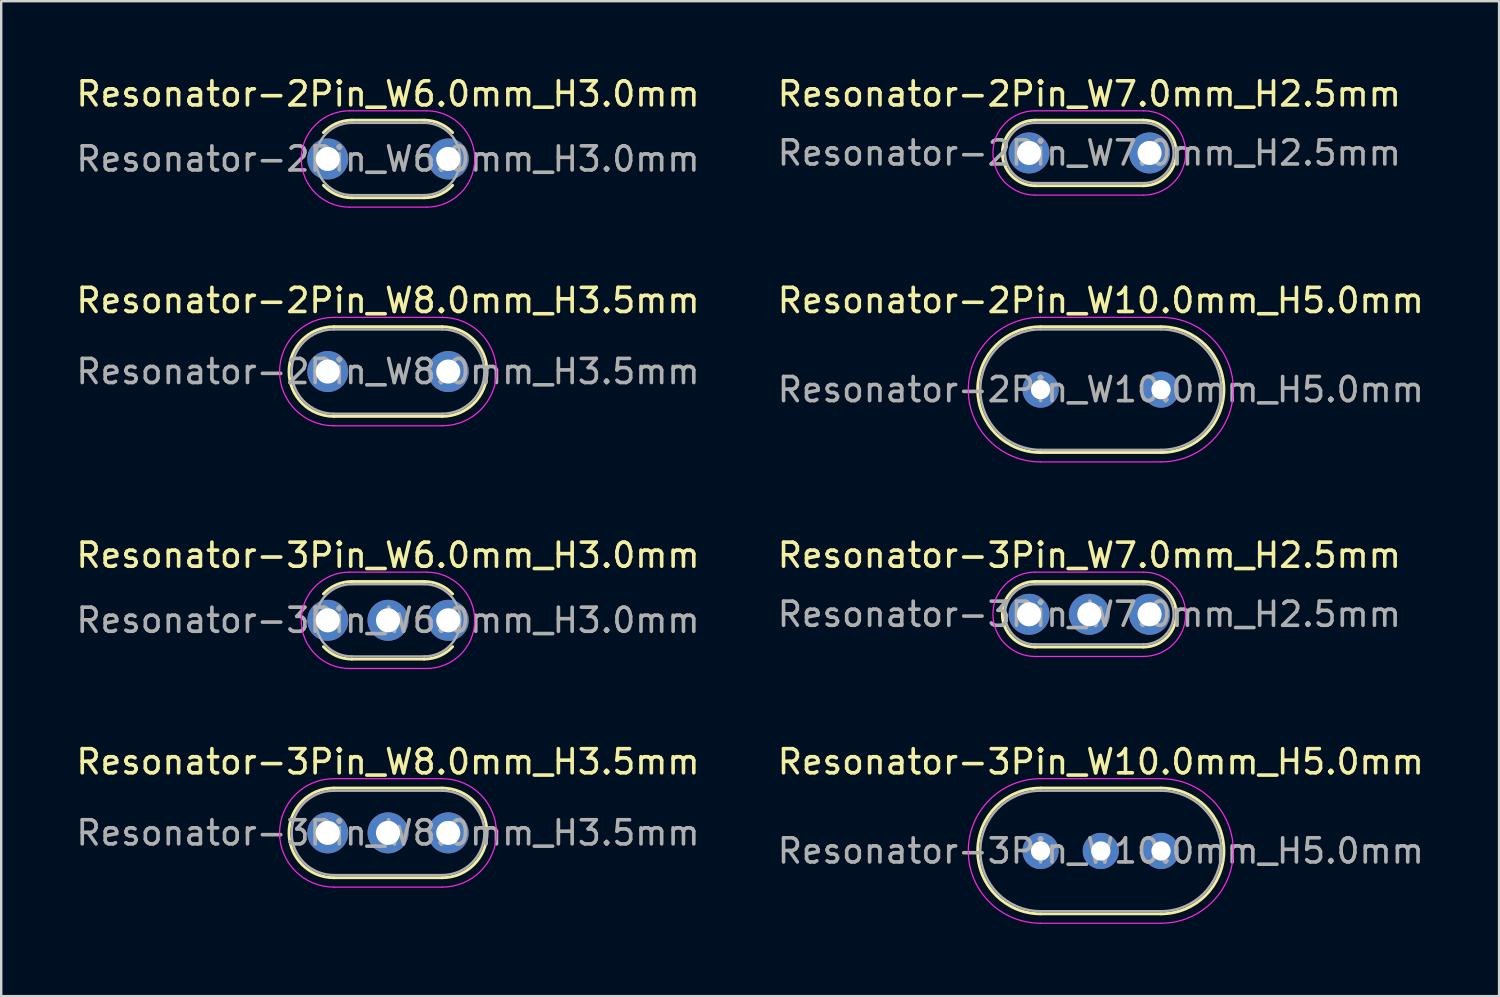
<source format=kicad_pcb>
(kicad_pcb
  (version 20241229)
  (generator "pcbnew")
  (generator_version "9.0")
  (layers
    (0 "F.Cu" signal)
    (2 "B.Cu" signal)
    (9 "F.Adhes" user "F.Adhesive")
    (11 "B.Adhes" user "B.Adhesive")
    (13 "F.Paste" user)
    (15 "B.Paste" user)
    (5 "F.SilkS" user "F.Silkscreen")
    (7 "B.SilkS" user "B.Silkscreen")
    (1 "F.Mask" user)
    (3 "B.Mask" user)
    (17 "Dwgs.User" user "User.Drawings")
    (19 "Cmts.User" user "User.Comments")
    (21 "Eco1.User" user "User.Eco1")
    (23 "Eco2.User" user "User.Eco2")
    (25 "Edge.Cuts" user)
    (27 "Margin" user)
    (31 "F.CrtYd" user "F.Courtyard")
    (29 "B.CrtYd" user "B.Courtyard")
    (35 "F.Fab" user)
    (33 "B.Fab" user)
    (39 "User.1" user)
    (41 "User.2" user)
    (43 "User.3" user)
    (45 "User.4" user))
  (footprint "Resonator-2Pin_W8.0mm_H3.5mm"
    (layer "F.Cu")
    (at 10.554 12.371)
    (property "Reference" "Resonator-2Pin_W8.0mm_H3.5mm" (at 2.5 -2.95 0) (layer "F.SilkS") (effects (font (size 1 1) (thickness 0.15))))
    (attr through_hole)
    (fp_line (start 0.25 -1.86) (end 4.75 -1.86) (stroke (width 0.12) (type solid)) (layer "F.SilkS"))
    (fp_line (start 0.25 1.86) (end 4.75 1.86) (stroke (width 0.12) (type solid)) (layer "F.SilkS"))
    (fp_arc (start 0.25 1.86) (mid -1.61 0) (end 0.25 -1.86) (stroke (width 0.12) (type solid)) (layer "F.SilkS"))
    (fp_arc (start 4.75 -1.86) (mid 6.61 0) (end 4.75 1.86) (stroke (width 0.12) (type solid)) (layer "F.SilkS"))
    (fp_line (start 0.25 -2.25) (end 4.75 -2.25) (stroke (width 0.05) (type solid)) (layer "F.CrtYd"))
    (fp_line (start 0.25 2.25) (end 4.75 2.25) (stroke (width 0.05) (type solid)) (layer "F.CrtYd"))
    (fp_arc (start 0.25 2.25) (mid -2 0) (end 0.25 -2.25) (stroke (width 0.05) (type solid)) (layer "F.CrtYd"))
    (fp_arc (start 4.75 -2.25) (mid 7 0) (end 4.75 2.25) (stroke (width 0.05) (type solid)) (layer "F.CrtYd"))
    (fp_line (start 0.25 -1.75) (end 4.75 -1.75) (stroke (width 0.1) (type solid)) (layer "F.Fab"))
    (fp_line (start 0.25 1.75) (end 4.75 1.75) (stroke (width 0.1) (type solid)) (layer "F.Fab"))
    (fp_arc (start 0.25 1.75) (mid -1.5 0) (end 0.25 -1.75) (stroke (width 0.1) (type solid)) (layer "F.Fab"))
    (fp_arc (start 4.75 -1.75) (mid 6.5 0) (end 4.75 1.75) (stroke (width 0.1) (type solid)) (layer "F.Fab"))
    (fp_text user "${REFERENCE}" (at 2.5 0 0) (layer "F.Fab") (effects (font (size 1 1) (thickness 0.15))))
    (pad "1" thru_hole circle (at 0 0) (size 1.7 1.7) (drill 1) (layers "*.Cu" "*.Mask"))
    (pad "2" thru_hole circle (at 5 0) (size 1.7 1.7) (drill 1) (layers "*.Cu" "*.Mask")))
  (footprint "Resonator-3Pin_W6.0mm_H3.0mm"
    (layer "F.Cu")
    (at 10.554 22.695)
    (property "Reference" "Resonator-3Pin_W6.0mm_H3.0mm" (at 2.5 -2.7 0) (layer "F.SilkS") (effects (font (size 1 1) (thickness 0.15))))
    (attr through_hole)
    (fp_line (start 1 -1.61) (end 4 -1.61) (stroke (width 0.12) (type solid)) (layer "F.SilkS"))
    (fp_line (start 1 1.61) (end 4 1.61) (stroke (width 0.12) (type solid)) (layer "F.SilkS"))
    (fp_arc (start -0.18 -1.095) (mid 0.356084 -1.476037) (end 1 -1.61) (stroke (width 0.12) (type solid)) (layer "F.SilkS"))
    (fp_arc (start 1 1.61) (mid 0.356084 1.476037) (end -0.18 1.095) (stroke (width 0.12) (type solid)) (layer "F.SilkS"))
    (fp_arc (start 4 -1.61) (mid 4.643916 -1.476037) (end 5.18 -1.095) (stroke (width 0.12) (type solid)) (layer "F.SilkS"))
    (fp_arc (start 5.18 1.095) (mid 4.643916 1.476037) (end 4 1.61) (stroke (width 0.12) (type solid)) (layer "F.SilkS"))
    (fp_line (start 0.9 -2) (end 4.1 -2) (stroke (width 0.05) (type solid)) (layer "F.CrtYd"))
    (fp_line (start 0.9 2) (end 4.1 2) (stroke (width 0.05) (type solid)) (layer "F.CrtYd"))
    (fp_arc (start 0.9 2) (mid -1.1 0) (end 0.9 -2) (stroke (width 0.05) (type solid)) (layer "F.CrtYd"))
    (fp_arc (start 4.1 -2) (mid 6.1 0) (end 4.1 2) (stroke (width 0.05) (type solid)) (layer "F.CrtYd"))
    (fp_line (start 1 -1.5) (end 4 -1.5) (stroke (width 0.1) (type solid)) (layer "F.Fab"))
    (fp_line (start 1 1.5) (end 4 1.5) (stroke (width 0.1) (type solid)) (layer "F.Fab"))
    (fp_arc (start 1 1.5) (mid -0.5 0) (end 1 -1.5) (stroke (width 0.1) (type solid)) (layer "F.Fab"))
    (fp_arc (start 4 -1.5) (mid 5.5 0) (end 4 1.5) (stroke (width 0.1) (type solid)) (layer "F.Fab"))
    (fp_text user "${REFERENCE}" (at 2.5 0 0) (layer "F.Fab") (effects (font (size 1 1) (thickness 0.15))))
    (pad "1" thru_hole circle (at 0 0) (size 1.7 1.7) (drill 1) (layers "*.Cu" "*.Mask"))
    (pad "2" thru_hole circle (at 2.5 0) (size 1.7 1.7) (drill 1) (layers "*.Cu" "*.Mask"))
    (pad "3" thru_hole circle (at 5 0) (size 1.7 1.7) (drill 1) (layers "*.Cu" "*.Mask")))
  (footprint "Resonator-2Pin_W10.0mm_H5.0mm"
    (layer "F.Cu")
    (at 40.137 13.121)
    (property "Reference" "Resonator-2Pin_W10.0mm_H5.0mm" (at 2.5 -3.7 0) (layer "F.SilkS") (effects (font (size 1 1) (thickness 0.15))))
    (attr through_hole)
    (fp_line (start 0 -2.61) (end 5 -2.61) (stroke (width 0.12) (type solid)) (layer "F.SilkS"))
    (fp_line (start 0 2.61) (end 5 2.61) (stroke (width 0.12) (type solid)) (layer "F.SilkS"))
    (fp_arc (start 0 2.61) (mid -2.61 0) (end 0 -2.61) (stroke (width 0.12) (type solid)) (layer "F.SilkS"))
    (fp_arc (start 5 -2.61) (mid 7.61 0) (end 5 2.61) (stroke (width 0.12) (type solid)) (layer "F.SilkS"))
    (fp_line (start 0 -3) (end 5 -3) (stroke (width 0.05) (type solid)) (layer "F.CrtYd"))
    (fp_line (start 0 3) (end 5 3) (stroke (width 0.05) (type solid)) (layer "F.CrtYd"))
    (fp_arc (start 0 3) (mid -3 0) (end 0 -3) (stroke (width 0.05) (type solid)) (layer "F.CrtYd"))
    (fp_arc (start 5 -3) (mid 8 0) (end 5 3) (stroke (width 0.05) (type solid)) (layer "F.CrtYd"))
    (fp_line (start 0 -2.5) (end 5 -2.5) (stroke (width 0.1) (type solid)) (layer "F.Fab"))
    (fp_line (start 0 2.5) (end 5 2.5) (stroke (width 0.1) (type solid)) (layer "F.Fab"))
    (fp_arc (start 0 2.5) (mid -2.5 0) (end 0 -2.5) (stroke (width 0.1) (type solid)) (layer "F.Fab"))
    (fp_arc (start 5 -2.5) (mid 7.5 0) (end 5 2.5) (stroke (width 0.1) (type solid)) (layer "F.Fab"))
    (fp_text user "${REFERENCE}" (at 2.5 0 0) (layer "F.Fab") (effects (font (size 1 1) (thickness 0.15))))
    (pad "1" thru_hole circle (at 0 0) (size 1.5 1.5) (drill 0.8) (layers "*.Cu" "*.Mask"))
    (pad "2" thru_hole circle (at 5 0) (size 1.5 1.5) (drill 0.8) (layers "*.Cu" "*.Mask")))
  (footprint "Resonator-3Pin_W7.0mm_H2.5mm"
    (layer "F.Cu")
    (at 39.661 22.445)
    (property "Reference" "Resonator-3Pin_W7.0mm_H2.5mm" (at 2.5 -2.45 0) (layer "F.SilkS") (effects (font (size 1 1) (thickness 0.15))))
    (attr through_hole)
    (fp_line (start 0.25 -1.36) (end 4.75 -1.36) (stroke (width 0.12) (type solid)) (layer "F.SilkS"))
    (fp_line (start 0.25 1.36) (end 4.75 1.36) (stroke (width 0.12) (type solid)) (layer "F.SilkS"))
    (fp_arc (start 0.25 1.36) (mid -1.11 0) (end 0.25 -1.36) (stroke (width 0.12) (type solid)) (layer "F.SilkS"))
    (fp_arc (start 4.75 -1.36) (mid 6.11 0) (end 4.75 1.36) (stroke (width 0.12) (type solid)) (layer "F.SilkS"))
    (fp_line (start 0.25 -1.75) (end 4.75 -1.75) (stroke (width 0.05) (type solid)) (layer "F.CrtYd"))
    (fp_line (start 0.25 1.75) (end 4.75 1.75) (stroke (width 0.05) (type solid)) (layer "F.CrtYd"))
    (fp_arc (start 0.25 1.75) (mid -1.5 0) (end 0.25 -1.75) (stroke (width 0.05) (type solid)) (layer "F.CrtYd"))
    (fp_arc (start 4.75 -1.75) (mid 6.5 0) (end 4.75 1.75) (stroke (width 0.05) (type solid)) (layer "F.CrtYd"))
    (fp_line (start 0.25 -1.25) (end 4.75 -1.25) (stroke (width 0.1) (type solid)) (layer "F.Fab"))
    (fp_line (start 0.25 1.25) (end 4.75 1.25) (stroke (width 0.1) (type solid)) (layer "F.Fab"))
    (fp_arc (start 0.25 1.25) (mid -1 0) (end 0.25 -1.25) (stroke (width 0.1) (type solid)) (layer "F.Fab"))
    (fp_arc (start 4.75 -1.25) (mid 6 0) (end 4.75 1.25) (stroke (width 0.1) (type solid)) (layer "F.Fab"))
    (fp_text user "${REFERENCE}" (at 2.5 0 0) (layer "F.Fab") (effects (font (size 1 1) (thickness 0.15))))
    (pad "1" thru_hole circle (at 0 0) (size 1.7 1.7) (drill 1) (layers "*.Cu" "*.Mask"))
    (pad "2" thru_hole circle (at 2.5 0) (size 1.7 1.7) (drill 1) (layers "*.Cu" "*.Mask"))
    (pad "3" thru_hole circle (at 5 0) (size 1.7 1.7) (drill 1) (layers "*.Cu" "*.Mask")))
  (footprint "Resonator-3Pin_W8.0mm_H3.5mm"
    (layer "F.Cu")
    (at 10.554 31.518)
    (property "Reference" "Resonator-3Pin_W8.0mm_H3.5mm" (at 2.5 -2.95 0) (layer "F.SilkS") (effects (font (size 1 1) (thickness 0.15))))
    (attr through_hole)
    (fp_line (start 0.25 -1.86) (end 4.75 -1.86) (stroke (width 0.12) (type solid)) (layer "F.SilkS"))
    (fp_line (start 0.25 1.86) (end 4.75 1.86) (stroke (width 0.12) (type solid)) (layer "F.SilkS"))
    (fp_arc (start 0.25 1.86) (mid -1.61 0) (end 0.25 -1.86) (stroke (width 0.12) (type solid)) (layer "F.SilkS"))
    (fp_arc (start 4.75 -1.86) (mid 6.61 0) (end 4.75 1.86) (stroke (width 0.12) (type solid)) (layer "F.SilkS"))
    (fp_line (start 0.25 -2.25) (end 4.75 -2.25) (stroke (width 0.05) (type solid)) (layer "F.CrtYd"))
    (fp_line (start 0.25 2.25) (end 4.75 2.25) (stroke (width 0.05) (type solid)) (layer "F.CrtYd"))
    (fp_arc (start 0.25 2.25) (mid -2 0) (end 0.25 -2.25) (stroke (width 0.05) (type solid)) (layer "F.CrtYd"))
    (fp_arc (start 4.75 -2.25) (mid 7 0) (end 4.75 2.25) (stroke (width 0.05) (type solid)) (layer "F.CrtYd"))
    (fp_line (start 0.25 -1.75) (end 4.75 -1.75) (stroke (width 0.1) (type solid)) (layer "F.Fab"))
    (fp_line (start 0.25 1.75) (end 4.75 1.75) (stroke (width 0.1) (type solid)) (layer "F.Fab"))
    (fp_arc (start 0.25 1.75) (mid -1.5 0) (end 0.25 -1.75) (stroke (width 0.1) (type solid)) (layer "F.Fab"))
    (fp_arc (start 4.75 -1.75) (mid 6.5 0) (end 4.75 1.75) (stroke (width 0.1) (type solid)) (layer "F.Fab"))
    (fp_text user "${REFERENCE}" (at 2.5 0 0) (layer "F.Fab") (effects (font (size 1 1) (thickness 0.15))))
    (pad "1" thru_hole circle (at 0 0) (size 1.7 1.7) (drill 1) (layers "*.Cu" "*.Mask"))
    (pad "2" thru_hole circle (at 2.5 0) (size 1.7 1.7) (drill 1) (layers "*.Cu" "*.Mask"))
    (pad "3" thru_hole circle (at 5 0) (size 1.7 1.7) (drill 1) (layers "*.Cu" "*.Mask")))
  (footprint "Resonator-2Pin_W6.0mm_H3.0mm"
    (layer "F.Cu")
    (at 10.554 3.548)
    (property "Reference" "Resonator-2Pin_W6.0mm_H3.0mm" (at 2.5 -2.7 0) (layer "F.SilkS") (effects (font (size 1 1) (thickness 0.15))))
    (attr through_hole)
    (fp_line (start 1 -1.61) (end 4 -1.61) (stroke (width 0.12) (type solid)) (layer "F.SilkS"))
    (fp_line (start 1 1.61) (end 4 1.61) (stroke (width 0.12) (type solid)) (layer "F.SilkS"))
    (fp_arc (start -0.18 -1.095) (mid 0.356084 -1.476037) (end 1 -1.61) (stroke (width 0.12) (type solid)) (layer "F.SilkS"))
    (fp_arc (start 1 1.61) (mid 0.356084 1.476037) (end -0.18 1.095) (stroke (width 0.12) (type solid)) (layer "F.SilkS"))
    (fp_arc (start 4 -1.61) (mid 4.643916 -1.476037) (end 5.18 -1.095) (stroke (width 0.12) (type solid)) (layer "F.SilkS"))
    (fp_arc (start 5.18 1.095) (mid 4.643916 1.476037) (end 4 1.61) (stroke (width 0.12) (type solid)) (layer "F.SilkS"))
    (fp_line (start 0.9 -2) (end 4.1 -2) (stroke (width 0.05) (type solid)) (layer "F.CrtYd"))
    (fp_line (start 0.9 2) (end 4.1 2) (stroke (width 0.05) (type solid)) (layer "F.CrtYd"))
    (fp_arc (start 0.9 2) (mid -1.1 0) (end 0.9 -2) (stroke (width 0.05) (type solid)) (layer "F.CrtYd"))
    (fp_arc (start 4.1 -2) (mid 6.1 0) (end 4.1 2) (stroke (width 0.05) (type solid)) (layer "F.CrtYd"))
    (fp_line (start 1 -1.5) (end 4 -1.5) (stroke (width 0.1) (type solid)) (layer "F.Fab"))
    (fp_line (start 1 1.5) (end 4 1.5) (stroke (width 0.1) (type solid)) (layer "F.Fab"))
    (fp_arc (start 1 1.5) (mid -0.5 0) (end 1 -1.5) (stroke (width 0.1) (type solid)) (layer "F.Fab"))
    (fp_arc (start 4 -1.5) (mid 5.5 0) (end 4 1.5) (stroke (width 0.1) (type solid)) (layer "F.Fab"))
    (fp_text user "${REFERENCE}" (at 2.5 0 0) (layer "F.Fab") (effects (font (size 1 1) (thickness 0.15))))
    (pad "1" thru_hole circle (at 0 0) (size 1.7 1.7) (drill 1) (layers "*.Cu" "*.Mask"))
    (pad "2" thru_hole circle (at 5 0) (size 1.7 1.7) (drill 1) (layers "*.Cu" "*.Mask")))
  (footprint "Resonator-2Pin_W7.0mm_H2.5mm"
    (layer "F.Cu")
    (at 39.661 3.298)
    (property "Reference" "Resonator-2Pin_W7.0mm_H2.5mm" (at 2.5 -2.45 0) (layer "F.SilkS") (effects (font (size 1 1) (thickness 0.15))))
    (attr through_hole)
    (fp_line (start 0.25 -1.36) (end 4.75 -1.36) (stroke (width 0.12) (type solid)) (layer "F.SilkS"))
    (fp_line (start 0.25 1.36) (end 4.75 1.36) (stroke (width 0.12) (type solid)) (layer "F.SilkS"))
    (fp_arc (start 0.25 1.36) (mid -1.11 0) (end 0.25 -1.36) (stroke (width 0.12) (type solid)) (layer "F.SilkS"))
    (fp_arc (start 4.75 -1.36) (mid 6.11 0) (end 4.75 1.36) (stroke (width 0.12) (type solid)) (layer "F.SilkS"))
    (fp_line (start 0.25 -1.75) (end 4.75 -1.75) (stroke (width 0.05) (type solid)) (layer "F.CrtYd"))
    (fp_line (start 0.25 1.75) (end 4.75 1.75) (stroke (width 0.05) (type solid)) (layer "F.CrtYd"))
    (fp_arc (start 0.25 1.75) (mid -1.5 0) (end 0.25 -1.75) (stroke (width 0.05) (type solid)) (layer "F.CrtYd"))
    (fp_arc (start 4.75 -1.75) (mid 6.5 0) (end 4.75 1.75) (stroke (width 0.05) (type solid)) (layer "F.CrtYd"))
    (fp_line (start 0.25 -1.25) (end 4.75 -1.25) (stroke (width 0.1) (type solid)) (layer "F.Fab"))
    (fp_line (start 0.25 1.25) (end 4.75 1.25) (stroke (width 0.1) (type solid)) (layer "F.Fab"))
    (fp_arc (start 0.25 1.25) (mid -1 0) (end 0.25 -1.25) (stroke (width 0.1) (type solid)) (layer "F.Fab"))
    (fp_arc (start 4.75 -1.25) (mid 6 0) (end 4.75 1.25) (stroke (width 0.1) (type solid)) (layer "F.Fab"))
    (fp_text user "${REFERENCE}" (at 2.5 0 0) (layer "F.Fab") (effects (font (size 1 1) (thickness 0.15))))
    (pad "1" thru_hole circle (at 0 0) (size 1.7 1.7) (drill 1) (layers "*.Cu" "*.Mask"))
    (pad "2" thru_hole circle (at 5 0) (size 1.7 1.7) (drill 1) (layers "*.Cu" "*.Mask")))
  (footprint "Resonator-3Pin_W10.0mm_H5.0mm"
    (layer "F.Cu")
    (at 40.137 32.268)
    (property "Reference" "Resonator-3Pin_W10.0mm_H5.0mm" (at 2.5 -3.7 0) (layer "F.SilkS") (effects (font (size 1 1) (thickness 0.15))))
    (attr through_hole)
    (fp_line (start 0 -2.61) (end 5 -2.61) (stroke (width 0.12) (type solid)) (layer "F.SilkS"))
    (fp_line (start 0 2.61) (end 5 2.61) (stroke (width 0.12) (type solid)) (layer "F.SilkS"))
    (fp_arc (start 0 2.61) (mid -2.61 0) (end 0 -2.61) (stroke (width 0.12) (type solid)) (layer "F.SilkS"))
    (fp_arc (start 5 -2.61) (mid 7.61 0) (end 5 2.61) (stroke (width 0.12) (type solid)) (layer "F.SilkS"))
    (fp_line (start 0 -3) (end 5 -3) (stroke (width 0.05) (type solid)) (layer "F.CrtYd"))
    (fp_line (start 0 3) (end 5 3) (stroke (width 0.05) (type solid)) (layer "F.CrtYd"))
    (fp_arc (start 0 3) (mid -3 0) (end 0 -3) (stroke (width 0.05) (type solid)) (layer "F.CrtYd"))
    (fp_arc (start 5 -3) (mid 8 0) (end 5 3) (stroke (width 0.05) (type solid)) (layer "F.CrtYd"))
    (fp_line (start 0 -2.5) (end 5 -2.5) (stroke (width 0.1) (type solid)) (layer "F.Fab"))
    (fp_line (start 0 2.5) (end 5 2.5) (stroke (width 0.1) (type solid)) (layer "F.Fab"))
    (fp_arc (start 0 2.5) (mid -2.5 0) (end 0 -2.5) (stroke (width 0.1) (type solid)) (layer "F.Fab"))
    (fp_arc (start 5 -2.5) (mid 7.5 0) (end 5 2.5) (stroke (width 0.1) (type solid)) (layer "F.Fab"))
    (fp_text user "${REFERENCE}" (at 2.5 0 0) (layer "F.Fab") (effects (font (size 1 1) (thickness 0.15))))
    (pad "1" thru_hole circle (at 0 0) (size 1.5 1.5) (drill 0.8) (layers "*.Cu" "*.Mask"))
    (pad "2" thru_hole circle (at 2.5 0) (size 1.5 1.5) (drill 0.8) (layers "*.Cu" "*.Mask"))
    (pad "3" thru_hole circle (at 5 0) (size 1.5 1.5) (drill 0.8) (layers "*.Cu" "*.Mask")))
  (gr_rect
    (start -3 -3)
    (end 59.167 38.293)
    (stroke (width 0.1) (type default))
    (fill no)
    (layer "Edge.Cuts")))
</source>
